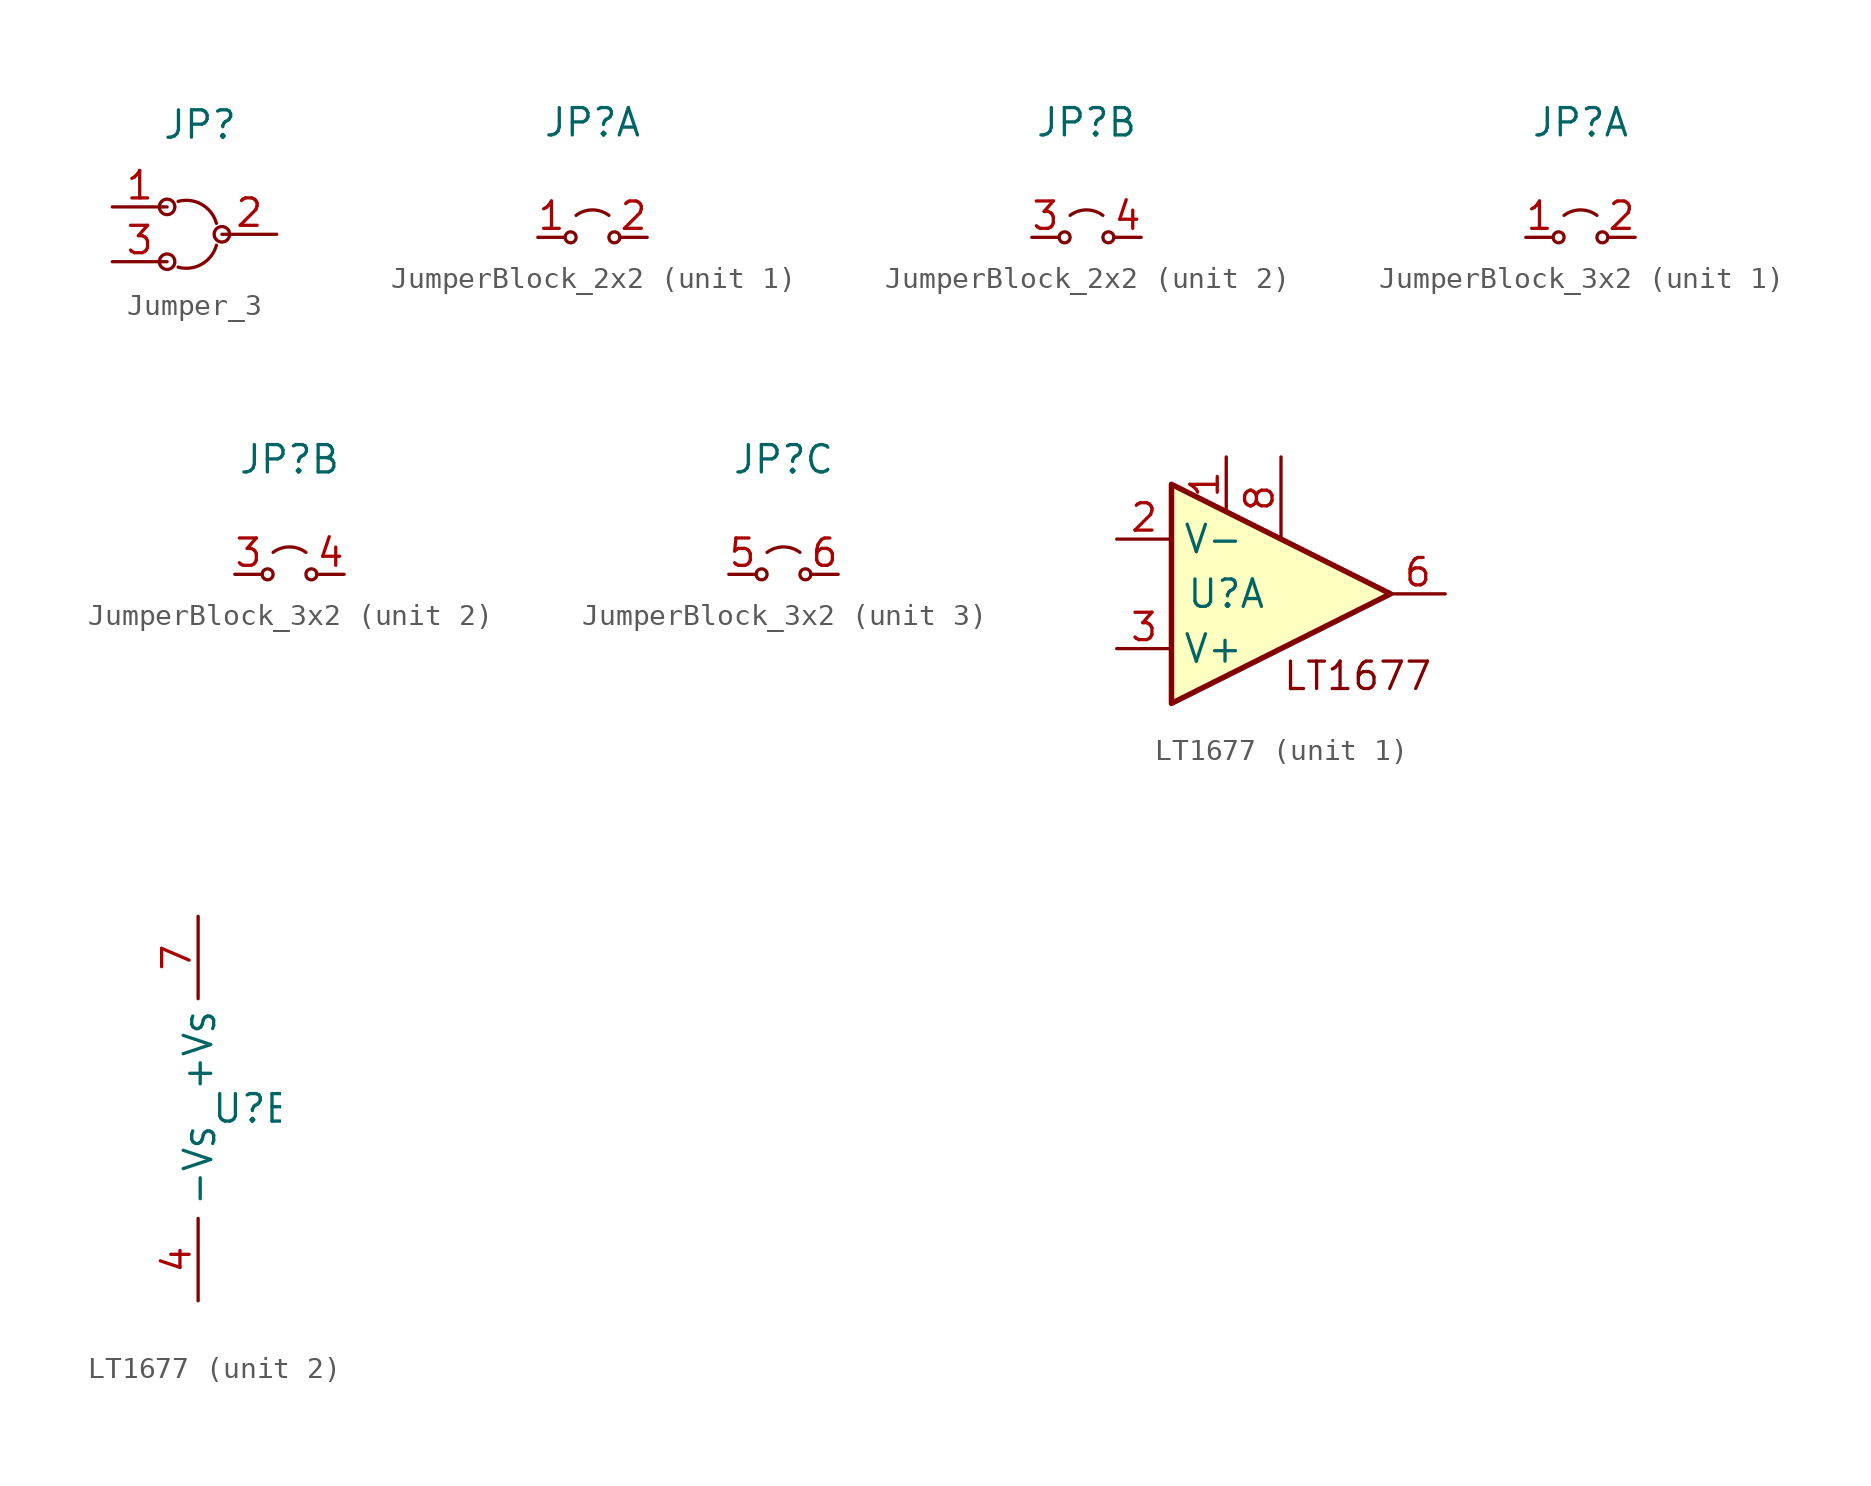
<source format=kicad_sym>
(kicad_symbol_lib
  (version 20231120)
  (generator "kicad_symbol_editor")
  (generator_version "8.0")
  (symbol "Jumper_3"
    (property "Reference" "JP"
      (at 0.254 5.08 0)
      (effects (font (size 1.27 1.27))))
    (property "Value" ""
      (at 0 0 0)
      (effects (font (size 1.27 1.27))))
    (symbol "Jumper_3_0_1"
      (circle (center -1.27 -1.27) (radius 0.359) (stroke (width 0) (type default)) (fill (type none)))
      (circle (center -1.27 1.27) (radius 0.359) (stroke (width 0) (type default)) (fill (type none)))
      (arc (start -0.762 -1.524) (mid 0.3374 -1.3842) (end 1.016 -0.508) (stroke (width 0) (type default)) (fill (type none)))
      (arc (start 1.016 0.508) (mid 0.3374 1.3842) (end -0.762 1.524) (stroke (width 0) (type default)) (fill (type none)))
      (circle (center 1.27 0) (radius 0.359) (stroke (width 0) (type default)) (fill (type none))))
    (symbol "Jumper_3_1_1"
      (pin input line (at -3.81 1.27 0) (length 2.54) (name "" (effects (font (size 1.27 1.27)))) (number "1" (effects (font (size 1.27 1.27)))))
      (pin input line (at 3.81 0 180) (length 2.54) (name "" (effects (font (size 1.27 1.27)))) (number "2" (effects (font (size 1.27 1.27)))))
      (pin input line (at -3.81 -1.27 0) (length 2.54) (name "" (effects (font (size 1.27 1.27)))) (number "3" (effects (font (size 1.27 1.27)))))))
  (symbol "JumperBlock_2x2"
    (property "Reference" "JP"
      (at 0 5.334 0)
      (effects (font (size 1.27 1.27))))
    (property "Value" ""
      (at 0 0 0)
      (effects (font (size 1.27 1.27))))
    (symbol "JumperBlock_2x2_0_0"
      (circle (center -1.016 0) (radius 0.254) (stroke (width 0) (type default)) (fill (type none)))
      (circle (center 1.016 0) (radius 0.254) (stroke (width 0) (type default)) (fill (type none))))
    (symbol "JumperBlock_2x2_0_1"
      (arc (start 0.762 1.0196) (mid 0 1.2729) (end -0.762 1.0196) (stroke (width 0) (type default)) (fill (type none))))
    (symbol "JumperBlock_2x2_1_1"
      (pin passive line (at -2.54 0 0) (length 1.27) (name "" (effects (font (size 1.27 1.27)))) (number "1" (effects (font (size 1.27 1.27)))))
      (pin passive line (at 2.54 0 180) (length 1.27) (name "" (effects (font (size 1.27 1.27)))) (number "2" (effects (font (size 1.27 1.27))))))
    (symbol "JumperBlock_2x2_2_1"
      (pin passive line (at -2.54 0 0) (length 1.27) (name "" (effects (font (size 1.27 1.27)))) (number "3" (effects (font (size 1.27 1.27)))))
      (pin passive line (at 2.54 0 180) (length 1.27) (name "" (effects (font (size 1.27 1.27)))) (number "4" (effects (font (size 1.27 1.27)))))))
  (symbol "JumperBlock_3x2"
    (property "Reference" "JP"
      (at 0 5.334 0)
      (effects (font (size 1.27 1.27))))
    (property "Value" ""
      (at 0 0 0)
      (effects (font (size 1.27 1.27))))
    (symbol "JumperBlock_3x2_0_0"
      (circle (center -1.016 0) (radius 0.254) (stroke (width 0) (type default)) (fill (type none)))
      (circle (center 1.016 0) (radius 0.254) (stroke (width 0) (type default)) (fill (type none))))
    (symbol "JumperBlock_3x2_0_1"
      (arc (start 0.762 1.0196) (mid 0 1.2729) (end -0.762 1.0196) (stroke (width 0) (type default)) (fill (type none))))
    (symbol "JumperBlock_3x2_1_1"
      (pin passive line (at -2.54 0 0) (length 1.27) (name "" (effects (font (size 1.27 1.27)))) (number "1" (effects (font (size 1.27 1.27)))))
      (pin passive line (at 2.54 0 180) (length 1.27) (name "" (effects (font (size 1.27 1.27)))) (number "2" (effects (font (size 1.27 1.27))))))
    (symbol "JumperBlock_3x2_2_1"
      (pin passive line (at -2.54 0 0) (length 1.27) (name "" (effects (font (size 1.27 1.27)))) (number "3" (effects (font (size 1.27 1.27)))))
      (pin passive line (at 2.54 0 180) (length 1.27) (name "" (effects (font (size 1.27 1.27)))) (number "4" (effects (font (size 1.27 1.27))))))
    (symbol "JumperBlock_3x2_3_1"
      (pin passive line (at -2.54 0 0) (length 1.27) (name "" (effects (font (size 1.27 1.27)))) (number "5" (effects (font (size 1.27 1.27)))))
      (pin passive line (at 2.54 0 180) (length 1.27) (name "" (effects (font (size 1.27 1.27)))) (number "6" (effects (font (size 1.27 1.27)))))))
  (symbol "LT1677"
    (property "Reference" "U"
      (at 2.54 0 0)
      (effects (font (size 1.27 1.27))))
    (property "Value" ""
      (at 0 0 0)
      (effects (font (size 1.27 1.27))))
    (property "ki_locked" ""
      (at 0 0 0)
      (effects (font (size 1.27 1.27))))
    (symbol "LT1677_1_1"
      (polyline (pts (xy 0 5.08) (xy 10.16 0) (xy 0 -5.08) (xy 0 5.08)) (stroke (width 0.254) (type default)) (fill (type background)))
      (text "LT1677\n" (at 8.636 -3.81 0) (effects (font (size 1.27 1.27))))
      (pin input line (at 2.54 6.35 270) (length 2.54) (name "" (effects (font (size 1.27 1.27)))) (number "1" (effects (font (size 1.27 1.27)))))
      (pin input line (at -2.54 2.54 0) (length 2.54) (name "V-" (effects (font (size 1.27 1.27)))) (number "2" (effects (font (size 1.27 1.27)))))
      (pin input line (at -2.54 -2.54 0) (length 2.54) (name "V+" (effects (font (size 1.27 1.27)))) (number "3" (effects (font (size 1.27 1.27)))))
      (pin input line (at 12.7 0 180) (length 2.54) (name "" (effects (font (size 1.27 1.27)))) (number "6" (effects (font (size 1.27 1.27)))))
      (pin input line (at 5.08 6.35 270) (length 3.81) (name "" (effects (font (size 1.27 1.27)))) (number "8" (effects (font (size 1.27 1.27))))))
    (symbol "LT1677_2_1"
      (pin input line (at 0 -8.89 90) (length 3.81) (name "-V_{S}" (effects (font (size 1.27 1.27)))) (number "4" (effects (font (size 1.27 1.27)))))
      (pin input line (at 0 8.89 270) (length 3.81) (name "+V_{S}" (effects (font (size 1.27 1.27)))) (number "7" (effects (font (size 1.27 1.27))))))))
</source>
